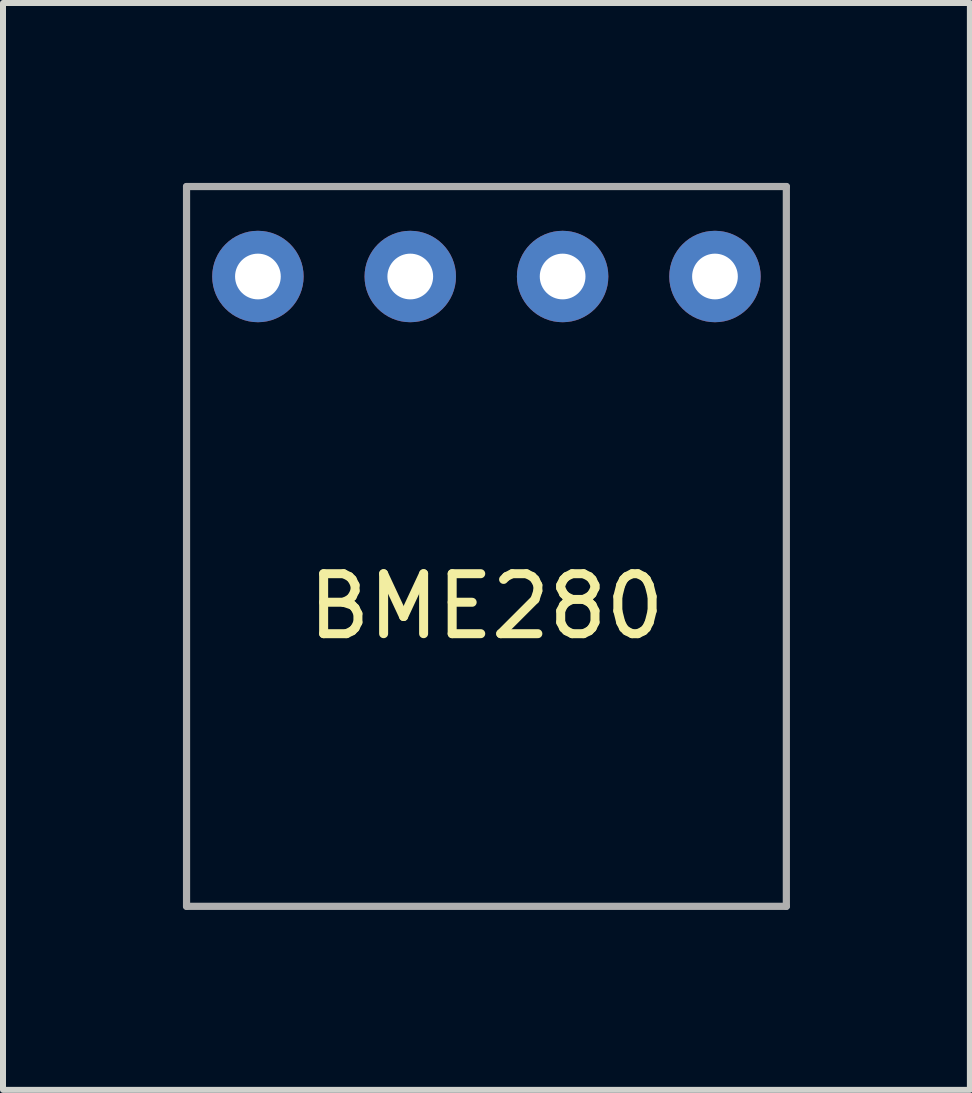
<source format=kicad_pcb>
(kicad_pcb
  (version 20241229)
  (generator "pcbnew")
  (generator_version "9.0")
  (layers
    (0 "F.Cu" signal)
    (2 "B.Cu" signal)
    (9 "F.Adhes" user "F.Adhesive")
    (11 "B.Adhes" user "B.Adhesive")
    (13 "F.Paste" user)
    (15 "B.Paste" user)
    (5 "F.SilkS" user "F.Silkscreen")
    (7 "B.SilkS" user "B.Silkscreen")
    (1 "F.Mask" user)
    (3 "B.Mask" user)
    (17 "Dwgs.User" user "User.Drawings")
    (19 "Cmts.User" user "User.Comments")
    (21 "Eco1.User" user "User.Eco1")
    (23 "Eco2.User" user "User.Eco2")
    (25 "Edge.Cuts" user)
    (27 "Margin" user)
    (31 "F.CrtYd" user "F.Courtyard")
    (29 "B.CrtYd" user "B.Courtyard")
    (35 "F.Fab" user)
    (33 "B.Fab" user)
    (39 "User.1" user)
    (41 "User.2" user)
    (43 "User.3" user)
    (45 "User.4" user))
  (footprint "BME280"
    (layer "F.Cu")
    (at 5.06 6.06)
    (property "Reference" "BME280" (at 0 1 0) (layer "F.SilkS") (effects (font (size 1 1) (thickness 0.15))))
    (attr through_hole)
    (fp_line (start -5 -6) (end 5 -6) (stroke (width 0.12) (type solid)) (layer "F.Fab"))
    (fp_line (start -5 6) (end -5 -6) (stroke (width 0.12) (type solid)) (layer "F.Fab"))
    (fp_line (start 5 -6) (end 5 6) (stroke (width 0.12) (type solid)) (layer "F.Fab"))
    (fp_line (start 5 6) (end -5 6) (stroke (width 0.12) (type solid)) (layer "F.Fab"))
    (pad "1" thru_hole circle (at -3.81 -4.5) (size 1.524 1.524) (drill 0.762) (layers "*.Cu" "*.Mask"))
    (pad "2" thru_hole circle (at -1.27 -4.5) (size 1.524 1.524) (drill 0.762) (layers "*.Cu" "*.Mask"))
    (pad "3" thru_hole circle (at 1.27 -4.5) (size 1.524 1.524) (drill 0.762) (layers "*.Cu" "*.Mask"))
    (pad "4" thru_hole circle (at 3.81 -4.5) (size 1.524 1.524) (drill 0.762) (layers "*.Cu" "*.Mask")))
  (gr_rect
    (start -3 -3)
    (end 13.12 15.12)
    (stroke (width 0.1) (type default))
    (fill no)
    (layer "Edge.Cuts")))
</source>
